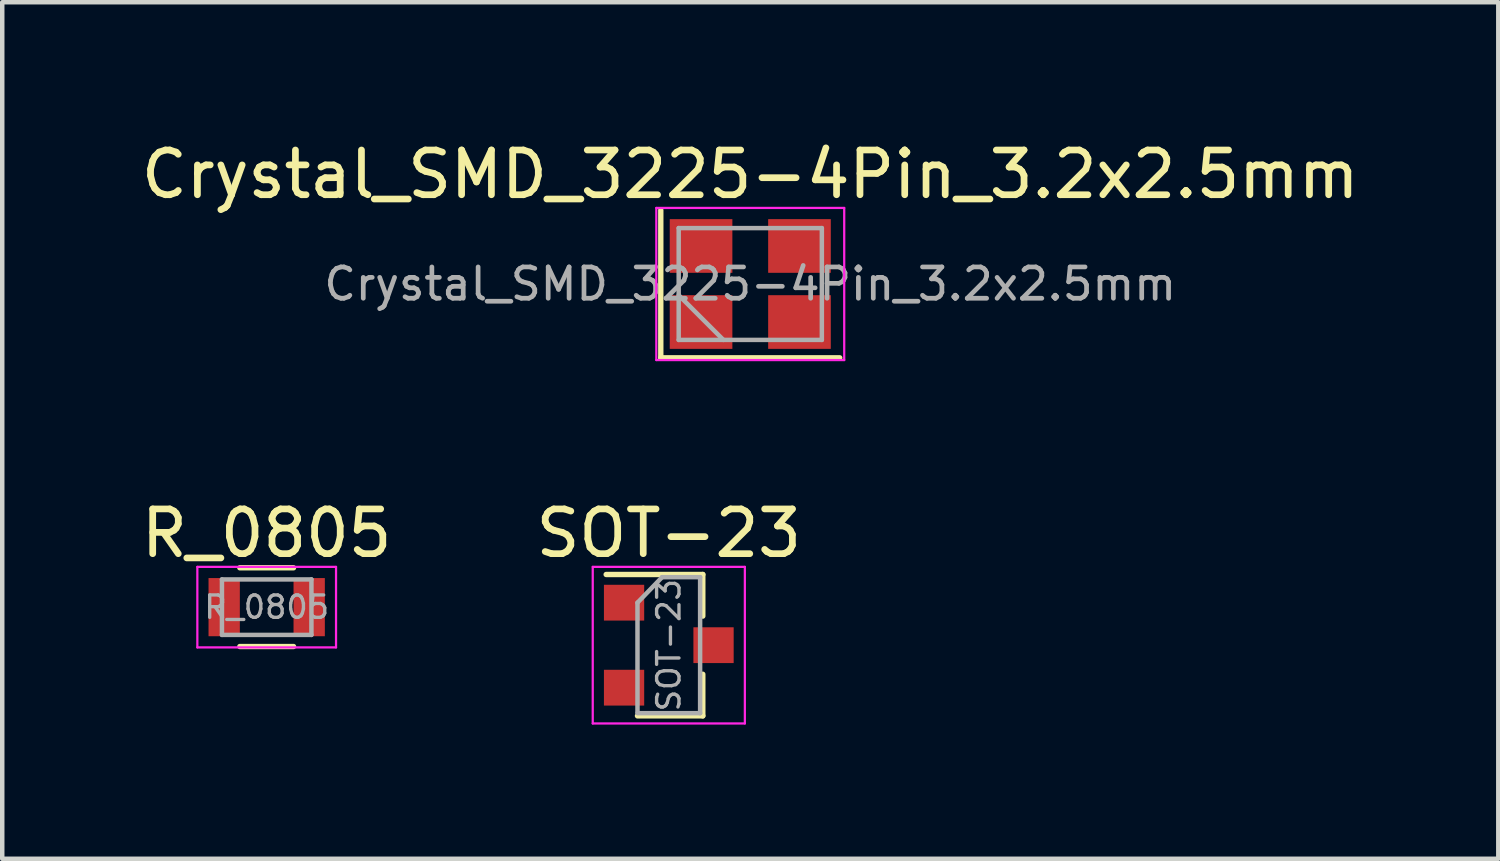
<source format=kicad_pcb>
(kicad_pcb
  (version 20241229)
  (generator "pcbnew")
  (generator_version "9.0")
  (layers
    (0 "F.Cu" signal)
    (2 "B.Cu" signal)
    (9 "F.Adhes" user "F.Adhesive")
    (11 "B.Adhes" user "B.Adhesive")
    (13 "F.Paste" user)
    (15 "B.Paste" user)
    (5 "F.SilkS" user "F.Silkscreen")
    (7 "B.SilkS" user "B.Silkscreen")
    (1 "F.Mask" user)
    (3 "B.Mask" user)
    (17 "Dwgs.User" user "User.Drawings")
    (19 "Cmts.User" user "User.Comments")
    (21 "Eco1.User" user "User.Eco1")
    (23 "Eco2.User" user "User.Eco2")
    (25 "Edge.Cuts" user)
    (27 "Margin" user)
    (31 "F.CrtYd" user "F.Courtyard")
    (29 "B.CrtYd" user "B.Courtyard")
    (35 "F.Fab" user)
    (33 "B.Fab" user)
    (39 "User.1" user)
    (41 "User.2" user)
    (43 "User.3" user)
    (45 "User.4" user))
  (footprint "R_0805"
    (layer "F.Cu")
    (at 2.911 10.521)
    (property "Reference" "R_0805" (at 0 -1.65 0) (layer "F.SilkS") (effects (font (size 1 1) (thickness 0.15))))
    (attr smd)
    (fp_line (start -0.6 -0.88) (end 0.6 -0.88) (stroke (width 0.12) (type solid)) (layer "F.SilkS"))
    (fp_line (start 0.6 0.88) (end -0.6 0.88) (stroke (width 0.12) (type solid)) (layer "F.SilkS"))
    (fp_line (start -1.55 -0.9) (end -1.55 0.9) (stroke (width 0.05) (type solid)) (layer "F.CrtYd"))
    (fp_line (start -1.55 -0.9) (end 1.55 -0.9) (stroke (width 0.05) (type solid)) (layer "F.CrtYd"))
    (fp_line (start 1.55 0.9) (end -1.55 0.9) (stroke (width 0.05) (type solid)) (layer "F.CrtYd"))
    (fp_line (start 1.55 0.9) (end 1.55 -0.9) (stroke (width 0.05) (type solid)) (layer "F.CrtYd"))
    (fp_line (start -1 -0.62) (end 1 -0.62) (stroke (width 0.1) (type solid)) (layer "F.Fab"))
    (fp_line (start -1 0.62) (end -1 -0.62) (stroke (width 0.1) (type solid)) (layer "F.Fab"))
    (fp_line (start 1 -0.62) (end 1 0.62) (stroke (width 0.1) (type solid)) (layer "F.Fab"))
    (fp_line (start 1 0.62) (end -1 0.62) (stroke (width 0.1) (type solid)) (layer "F.Fab"))
    (fp_text user "${REFERENCE}" (at 0 0 0) (layer "F.Fab") (effects (font (size 0.5 0.5) (thickness 0.075))))
    (pad "1" smd rect (at -0.95 0) (size 0.7 1.3) (layers "F.Cu" "F.Mask" "F.Paste"))
    (pad "2" smd rect (at 0.95 0) (size 0.7 1.3) (layers "F.Cu" "F.Mask" "F.Paste")))
  (footprint "SOT-23"
    (layer "F.Cu")
    (at 11.899 11.371)
    (property "Reference" "SOT-23" (at 0 -2.5 0) (layer "F.SilkS") (effects (font (size 1 1) (thickness 0.15))))
    (attr smd)
    (fp_line (start 0.76 -1.58) (end -1.4 -1.58) (stroke (width 0.12) (type solid)) (layer "F.SilkS"))
    (fp_line (start 0.76 -1.58) (end 0.76 -0.65) (stroke (width 0.12) (type solid)) (layer "F.SilkS"))
    (fp_line (start 0.76 1.58) (end -0.7 1.58) (stroke (width 0.12) (type solid)) (layer "F.SilkS"))
    (fp_line (start 0.76 1.58) (end 0.76 0.65) (stroke (width 0.12) (type solid)) (layer "F.SilkS"))
    (fp_line (start -1.7 -1.75) (end 1.7 -1.75) (stroke (width 0.05) (type solid)) (layer "F.CrtYd"))
    (fp_line (start -1.7 1.75) (end -1.7 -1.75) (stroke (width 0.05) (type solid)) (layer "F.CrtYd"))
    (fp_line (start 1.7 -1.75) (end 1.7 1.75) (stroke (width 0.05) (type solid)) (layer "F.CrtYd"))
    (fp_line (start 1.7 1.75) (end -1.7 1.75) (stroke (width 0.05) (type solid)) (layer "F.CrtYd"))
    (fp_line (start -0.7 -0.95) (end -0.7 1.5) (stroke (width 0.1) (type solid)) (layer "F.Fab"))
    (fp_line (start -0.7 -0.95) (end -0.15 -1.52) (stroke (width 0.1) (type solid)) (layer "F.Fab"))
    (fp_line (start -0.7 1.52) (end 0.7 1.52) (stroke (width 0.1) (type solid)) (layer "F.Fab"))
    (fp_line (start -0.15 -1.52) (end 0.7 -1.52) (stroke (width 0.1) (type solid)) (layer "F.Fab"))
    (fp_line (start 0.7 -1.52) (end 0.7 1.52) (stroke (width 0.1) (type solid)) (layer "F.Fab"))
    (fp_text user "${REFERENCE}" (at 0 0 90) (layer "F.Fab") (effects (font (size 0.5 0.5) (thickness 0.075))))
    (pad "1" smd rect (at -1 -0.95) (size 0.9 0.8) (layers "F.Cu" "F.Mask" "F.Paste"))
    (pad "2" smd rect (at -1 0.95) (size 0.9 0.8) (layers "F.Cu" "F.Mask" "F.Paste"))
    (pad "3" smd rect (at 1 0) (size 0.9 0.8) (layers "F.Cu" "F.Mask" "F.Paste")))
  (footprint "Crystal_SMD_3225-4Pin_3.2x2.5mm"
    (layer "F.Cu")
    (at 13.72 3.298)
    (property "Reference" "Crystal_SMD_3225-4Pin_3.2x2.5mm" (at 0 -2.45 180) (layer "F.SilkS") (effects (font (size 1 1) (thickness 0.15))))
    (attr smd)
    (fp_line (start -2 -1.65) (end -2 1.65) (stroke (width 0.12) (type solid)) (layer "F.SilkS"))
    (fp_line (start -2 1.65) (end 2 1.65) (stroke (width 0.12) (type solid)) (layer "F.SilkS"))
    (fp_line (start -2.1 -1.7) (end -2.1 1.7) (stroke (width 0.05) (type solid)) (layer "F.CrtYd"))
    (fp_line (start -2.1 1.7) (end 2.1 1.7) (stroke (width 0.05) (type solid)) (layer "F.CrtYd"))
    (fp_line (start 2.1 -1.7) (end -2.1 -1.7) (stroke (width 0.05) (type solid)) (layer "F.CrtYd"))
    (fp_line (start 2.1 1.7) (end 2.1 -1.7) (stroke (width 0.05) (type solid)) (layer "F.CrtYd"))
    (fp_line (start -1.6 -1.25) (end -1.6 1.25) (stroke (width 0.1) (type solid)) (layer "F.Fab"))
    (fp_line (start -1.6 0.25) (end -0.6 1.25) (stroke (width 0.1) (type solid)) (layer "F.Fab"))
    (fp_line (start -1.6 1.25) (end 1.6 1.25) (stroke (width 0.1) (type solid)) (layer "F.Fab"))
    (fp_line (start 1.6 -1.25) (end -1.6 -1.25) (stroke (width 0.1) (type solid)) (layer "F.Fab"))
    (fp_line (start 1.6 1.25) (end 1.6 -1.25) (stroke (width 0.1) (type solid)) (layer "F.Fab"))
    (fp_text user "${REFERENCE}" (at 0 0 180) (layer "F.Fab") (effects (font (size 0.7 0.7) (thickness 0.105))))
    (pad "1" smd rect (at -1.1 0.85) (size 1.4 1.2) (layers "F.Cu" "F.Mask" "F.Paste"))
    (pad "2" smd rect (at 1.1 0.85) (size 1.4 1.2) (layers "F.Cu" "F.Mask" "F.Paste"))
    (pad "3" smd rect (at 1.1 -0.85) (size 1.4 1.2) (layers "F.Cu" "F.Mask" "F.Paste"))
    (pad "4" smd rect (at -1.1 -0.85) (size 1.4 1.2) (layers "F.Cu" "F.Mask" "F.Paste")))
  (gr_rect
    (start -3 -3)
    (end 30.44 16.146)
    (stroke (width 0.1) (type default))
    (fill no)
    (layer "Edge.Cuts")))
</source>
